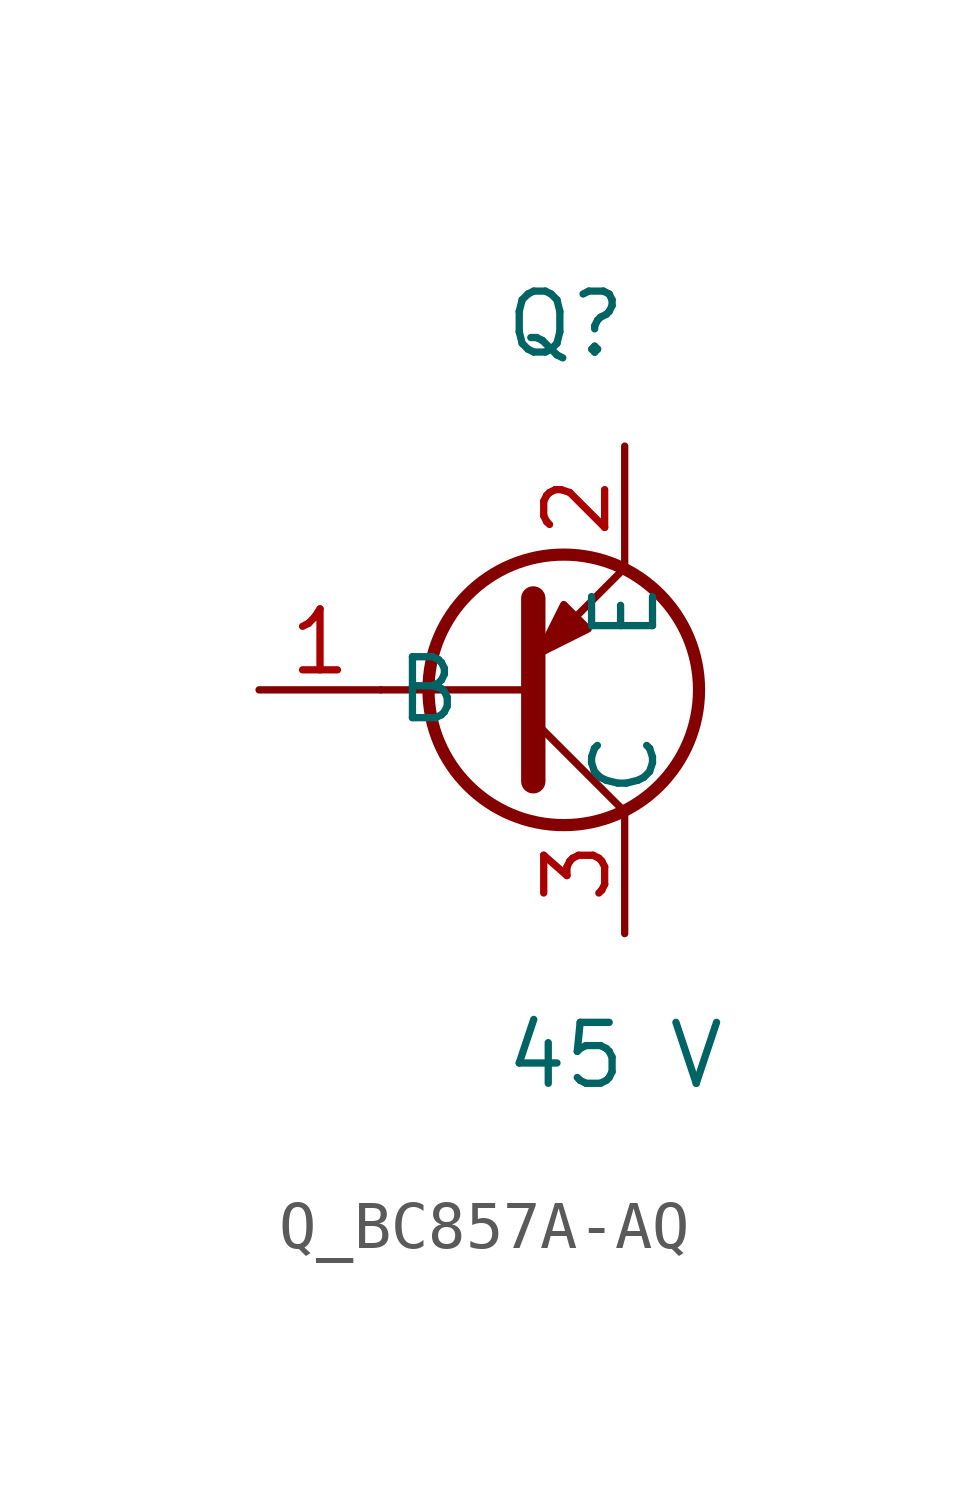
<source format=kicad_sym>
(kicad_symbol_lib
  (version 20231120)
  (generator kicad_symbol_editor)
  (generator_version 8.0)
  (symbol "Q_BC857A-AQ"
    (pin_names
      (offset 0.254))
    (property "Reference" "Q"
      (at 0 7.62 0)
      (effects (font (size 1.27 1.27)) (justify left)))
    (property "Value" "45 V"
      (at 0 -7.62 0)
      (effects (font (size 1.27 1.27)) (justify left)))
    (symbol "Q_BC857A-AQ_1_0"
      (polyline (pts (xy -2.54 0) (xy 0.635 0)) (stroke (width 0) (type default)) (fill (type none)))
      (polyline (pts (xy 0.635 1.905) (xy 0.635 -1.905)) (stroke (width 0.508) (type default)) (fill (type none)))
      (polyline (pts (xy 0.635 0.635) (xy 2.54 2.54)) (stroke (width 0) (type default)) (fill (type none)))
      (polyline (pts (xy 0.635 -0.635) (xy 2.54 -2.54)) (stroke (width 0) (type default)) (fill (type none)))
      (polyline (pts (xy 1.27 1.778) (xy 1.778 1.27) (xy 0.762 0.762) (xy 1.27 1.778)) (stroke (width 0) (type default)) (fill (type outline)))
      (circle (center 1.27 0) (radius 2.819) (stroke (width 0.254) (type default)) (fill (type none)))
      (pin passive line (at -5.08 0 0) (length 2.54) (name "B" (effects (font (size 1.27 1.27)))) (number "1" (effects (font (size 1.27 1.27)))))
      (pin passive line (at 2.54 5.08 270) (length 2.54) (name "E" (effects (font (size 1.27 1.27)))) (number "2" (effects (font (size 1.27 1.27)))))
      (pin passive line (at 2.54 -5.08 90) (length 2.54) (name "C" (effects (font (size 1.27 1.27)))) (number "3" (effects (font (size 1.27 1.27))))))))
</source>
